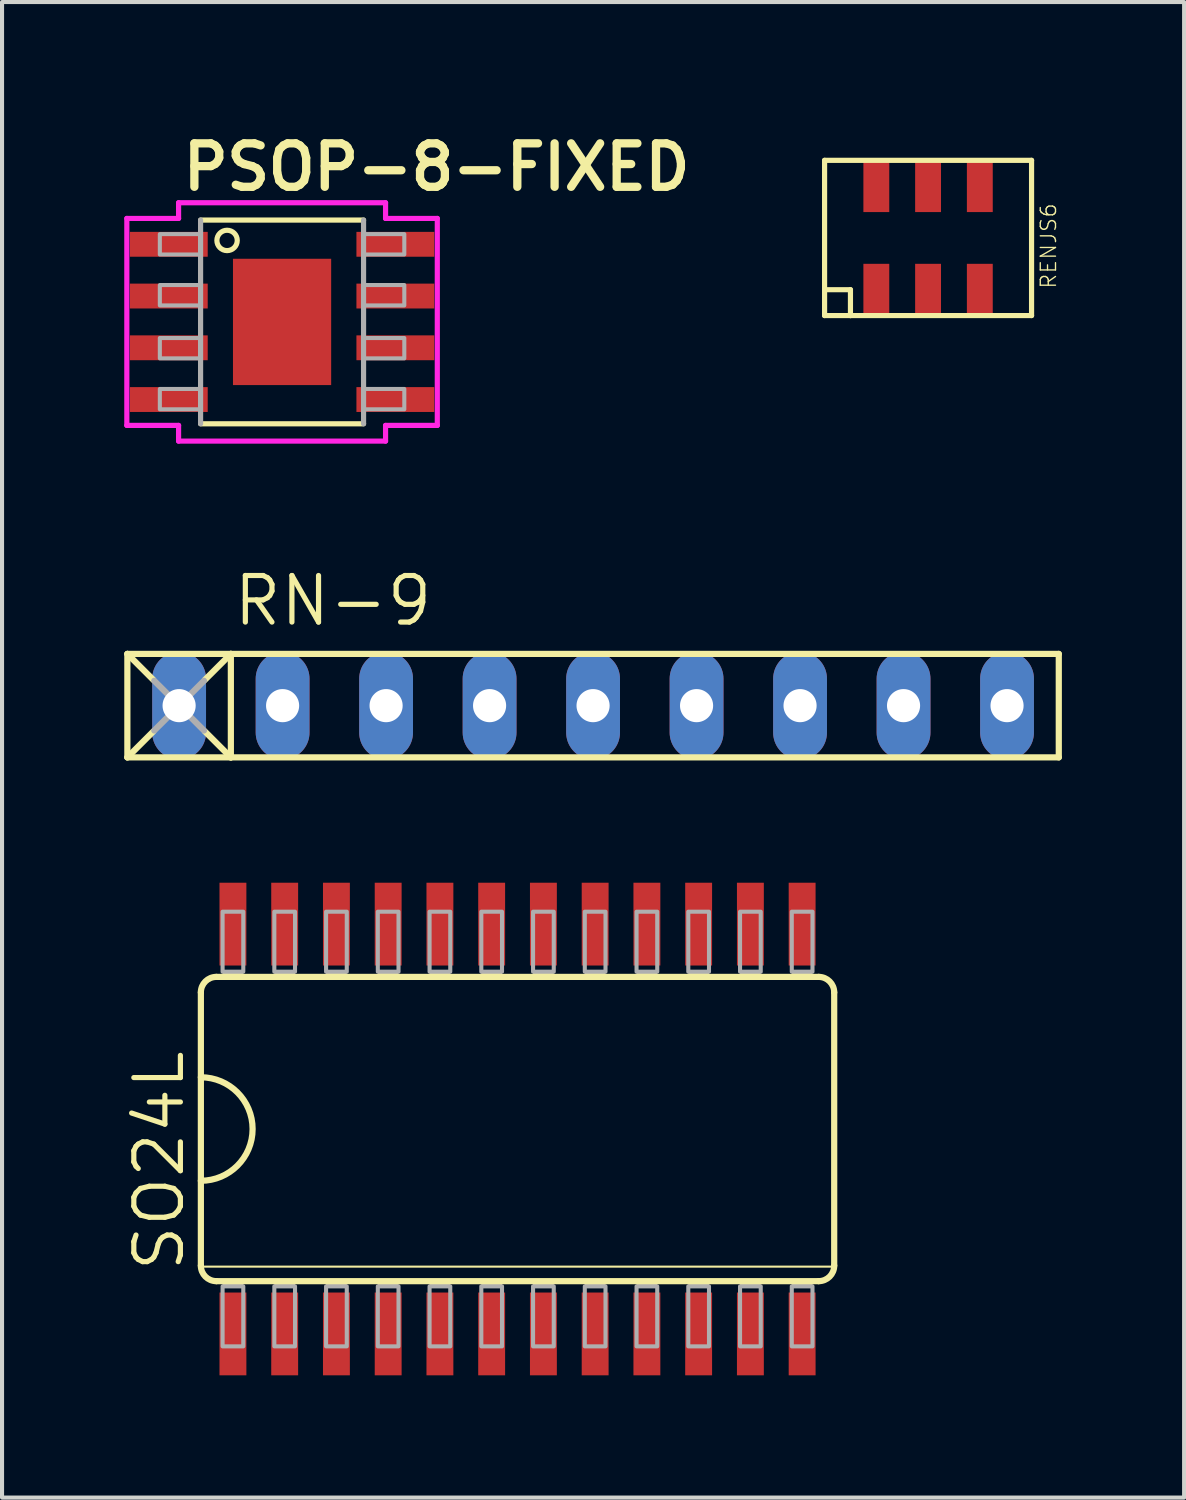
<source format=kicad_pcb>
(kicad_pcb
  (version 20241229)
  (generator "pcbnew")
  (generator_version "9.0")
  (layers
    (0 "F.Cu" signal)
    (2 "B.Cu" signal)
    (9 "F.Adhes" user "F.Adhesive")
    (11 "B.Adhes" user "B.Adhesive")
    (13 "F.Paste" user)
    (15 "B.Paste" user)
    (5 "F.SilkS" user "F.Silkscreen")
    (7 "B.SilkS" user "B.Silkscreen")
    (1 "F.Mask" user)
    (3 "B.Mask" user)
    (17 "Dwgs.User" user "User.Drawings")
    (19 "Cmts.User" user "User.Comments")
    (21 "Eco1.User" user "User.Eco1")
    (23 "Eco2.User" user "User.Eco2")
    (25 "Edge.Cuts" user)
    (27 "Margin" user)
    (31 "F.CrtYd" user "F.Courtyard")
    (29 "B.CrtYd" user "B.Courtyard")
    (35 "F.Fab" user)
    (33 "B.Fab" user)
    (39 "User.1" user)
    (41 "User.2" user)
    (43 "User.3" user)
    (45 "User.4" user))
  (footprint "SO24L"
    (layer "F.Cu")
    (at 6.477 24.66)
    (property "Reference" "SO24L" (at -4.953 3.556 90) (layer "F.SilkS") (effects (font (size 1.143 1.143) (thickness 0.127)) (justify left bottom)))
    (fp_line (start -4.597 -3.353) (end -4.597 3.353) (stroke (width 0.152) (type solid)) (layer "F.SilkS"))
    (fp_line (start -4.572 3.378) (end 10.922 3.378) (stroke (width 0.051) (type solid)) (layer "F.SilkS"))
    (fp_line (start -4.216 3.734) (end 10.566 3.734) (stroke (width 0.152) (type solid)) (layer "F.SilkS"))
    (fp_line (start 10.566 -3.734) (end -4.216 -3.734) (stroke (width 0.152) (type solid)) (layer "F.SilkS"))
    (fp_line (start 10.947 3.353) (end 10.947 -3.353) (stroke (width 0.152) (type solid)) (layer "F.SilkS"))
    (fp_arc (start -4.5974 -3.3528) (mid -4.485808 -3.622208) (end -4.2164 -3.7338) (stroke (width 0.1524) (type solid)) (layer "F.SilkS"))
    (fp_arc (start -4.5974 -1.27) (mid -3.3274 0) (end -4.5974 1.27) (stroke (width 0.1524) (type solid)) (layer "F.SilkS"))
    (fp_arc (start -4.2164 3.7338) (mid -4.485808 3.622208) (end -4.5974 3.3528) (stroke (width 0.1524) (type solid)) (layer "F.SilkS"))
    (fp_arc (start 10.5664 -3.7338) (mid 10.835808 -3.622208) (end 10.9474 -3.3528) (stroke (width 0.1524) (type solid)) (layer "F.SilkS"))
    (fp_arc (start 10.9474 3.3528) (mid 10.835808 3.622208) (end 10.5664 3.7338) (stroke (width 0.1524) (type solid)) (layer "F.SilkS"))
    (fp_poly (pts (xy -4.064 -3.734) (xy -3.556 -3.734) (xy -3.556 -3.861) (xy -4.064 -3.861)) (stroke (width 0) (type default)) (fill yes) (layer "F.SilkS"))
    (fp_poly (pts (xy -4.064 3.861) (xy -3.556 3.861) (xy -3.556 3.734) (xy -4.064 3.734)) (stroke (width 0) (type default)) (fill yes) (layer "F.SilkS"))
    (fp_poly (pts (xy -2.794 -3.734) (xy -2.286 -3.734) (xy -2.286 -3.861) (xy -2.794 -3.861)) (stroke (width 0) (type default)) (fill yes) (layer "F.SilkS"))
    (fp_poly (pts (xy -2.794 3.861) (xy -2.286 3.861) (xy -2.286 3.734) (xy -2.794 3.734)) (stroke (width 0) (type default)) (fill yes) (layer "F.SilkS"))
    (fp_poly (pts (xy -1.524 -3.734) (xy -1.016 -3.734) (xy -1.016 -3.861) (xy -1.524 -3.861)) (stroke (width 0) (type default)) (fill yes) (layer "F.SilkS"))
    (fp_poly (pts (xy -1.524 3.861) (xy -1.016 3.861) (xy -1.016 3.734) (xy -1.524 3.734)) (stroke (width 0) (type default)) (fill yes) (layer "F.SilkS"))
    (fp_poly (pts (xy -0.254 -3.734) (xy 0.254 -3.734) (xy 0.254 -3.861) (xy -0.254 -3.861)) (stroke (width 0) (type default)) (fill yes) (layer "F.SilkS"))
    (fp_poly (pts (xy -0.254 3.861) (xy 0.254 3.861) (xy 0.254 3.734) (xy -0.254 3.734)) (stroke (width 0) (type default)) (fill yes) (layer "F.SilkS"))
    (fp_poly (pts (xy 1.016 -3.734) (xy 1.524 -3.734) (xy 1.524 -3.861) (xy 1.016 -3.861)) (stroke (width 0) (type default)) (fill yes) (layer "F.SilkS"))
    (fp_poly (pts (xy 1.016 3.861) (xy 1.524 3.861) (xy 1.524 3.734) (xy 1.016 3.734)) (stroke (width 0) (type default)) (fill yes) (layer "F.SilkS"))
    (fp_poly (pts (xy 2.286 -3.734) (xy 2.794 -3.734) (xy 2.794 -3.861) (xy 2.286 -3.861)) (stroke (width 0) (type default)) (fill yes) (layer "F.SilkS"))
    (fp_poly (pts (xy 2.286 3.861) (xy 2.794 3.861) (xy 2.794 3.734) (xy 2.286 3.734)) (stroke (width 0) (type default)) (fill yes) (layer "F.SilkS"))
    (fp_poly (pts (xy 3.556 -3.734) (xy 4.064 -3.734) (xy 4.064 -3.861) (xy 3.556 -3.861)) (stroke (width 0) (type default)) (fill yes) (layer "F.SilkS"))
    (fp_poly (pts (xy 3.556 3.861) (xy 4.064 3.861) (xy 4.064 3.734) (xy 3.556 3.734)) (stroke (width 0) (type default)) (fill yes) (layer "F.SilkS"))
    (fp_poly (pts (xy 4.826 -3.734) (xy 5.334 -3.734) (xy 5.334 -3.861) (xy 4.826 -3.861)) (stroke (width 0) (type default)) (fill yes) (layer "F.SilkS"))
    (fp_poly (pts (xy 4.826 3.861) (xy 5.334 3.861) (xy 5.334 3.734) (xy 4.826 3.734)) (stroke (width 0) (type default)) (fill yes) (layer "F.SilkS"))
    (fp_poly (pts (xy 6.096 -3.734) (xy 6.604 -3.734) (xy 6.604 -3.861) (xy 6.096 -3.861)) (stroke (width 0) (type default)) (fill yes) (layer "F.SilkS"))
    (fp_poly (pts (xy 6.096 3.861) (xy 6.604 3.861) (xy 6.604 3.734) (xy 6.096 3.734)) (stroke (width 0) (type default)) (fill yes) (layer "F.SilkS"))
    (fp_poly (pts (xy 7.366 -3.734) (xy 7.874 -3.734) (xy 7.874 -3.861) (xy 7.366 -3.861)) (stroke (width 0) (type default)) (fill yes) (layer "F.SilkS"))
    (fp_poly (pts (xy 7.366 3.861) (xy 7.874 3.861) (xy 7.874 3.734) (xy 7.366 3.734)) (stroke (width 0) (type default)) (fill yes) (layer "F.SilkS"))
    (fp_poly (pts (xy 8.636 -3.734) (xy 9.144 -3.734) (xy 9.144 -3.861) (xy 8.636 -3.861)) (stroke (width 0) (type default)) (fill yes) (layer "F.SilkS"))
    (fp_poly (pts (xy 8.636 3.861) (xy 9.144 3.861) (xy 9.144 3.734) (xy 8.636 3.734)) (stroke (width 0) (type default)) (fill yes) (layer "F.SilkS"))
    (fp_poly (pts (xy 9.906 -3.734) (xy 10.414 -3.734) (xy 10.414 -3.861) (xy 9.906 -3.861)) (stroke (width 0) (type default)) (fill yes) (layer "F.SilkS"))
    (fp_poly (pts (xy 9.906 3.861) (xy 10.414 3.861) (xy 10.414 3.734) (xy 9.906 3.734)) (stroke (width 0) (type default)) (fill yes) (layer "F.SilkS"))
    (fp_poly (pts (xy -4.064 -3.861) (xy -3.556 -3.861) (xy -3.556 -5.334) (xy -4.064 -5.334)) (stroke (width 0.1) (type default)) (fill no) (layer "F.Fab"))
    (fp_poly (pts (xy -4.064 5.334) (xy -3.556 5.334) (xy -3.556 3.861) (xy -4.064 3.861)) (stroke (width 0.1) (type default)) (fill no) (layer "F.Fab"))
    (fp_poly (pts (xy -2.794 -3.861) (xy -2.286 -3.861) (xy -2.286 -5.334) (xy -2.794 -5.334)) (stroke (width 0.1) (type default)) (fill no) (layer "F.Fab"))
    (fp_poly (pts (xy -2.794 5.334) (xy -2.286 5.334) (xy -2.286 3.861) (xy -2.794 3.861)) (stroke (width 0.1) (type default)) (fill no) (layer "F.Fab"))
    (fp_poly (pts (xy -1.524 -3.861) (xy -1.016 -3.861) (xy -1.016 -5.334) (xy -1.524 -5.334)) (stroke (width 0.1) (type default)) (fill no) (layer "F.Fab"))
    (fp_poly (pts (xy -1.524 5.334) (xy -1.016 5.334) (xy -1.016 3.861) (xy -1.524 3.861)) (stroke (width 0.1) (type default)) (fill no) (layer "F.Fab"))
    (fp_poly (pts (xy -0.254 -3.861) (xy 0.254 -3.861) (xy 0.254 -5.334) (xy -0.254 -5.334)) (stroke (width 0.1) (type default)) (fill no) (layer "F.Fab"))
    (fp_poly (pts (xy -0.254 5.334) (xy 0.254 5.334) (xy 0.254 3.861) (xy -0.254 3.861)) (stroke (width 0.1) (type default)) (fill no) (layer "F.Fab"))
    (fp_poly (pts (xy 1.016 -3.861) (xy 1.524 -3.861) (xy 1.524 -5.334) (xy 1.016 -5.334)) (stroke (width 0.1) (type default)) (fill no) (layer "F.Fab"))
    (fp_poly (pts (xy 1.016 5.334) (xy 1.524 5.334) (xy 1.524 3.861) (xy 1.016 3.861)) (stroke (width 0.1) (type default)) (fill no) (layer "F.Fab"))
    (fp_poly (pts (xy 2.286 -3.861) (xy 2.794 -3.861) (xy 2.794 -5.334) (xy 2.286 -5.334)) (stroke (width 0.1) (type default)) (fill no) (layer "F.Fab"))
    (fp_poly (pts (xy 2.286 5.334) (xy 2.794 5.334) (xy 2.794 3.861) (xy 2.286 3.861)) (stroke (width 0.1) (type default)) (fill no) (layer "F.Fab"))
    (fp_poly (pts (xy 3.556 -3.861) (xy 4.064 -3.861) (xy 4.064 -5.334) (xy 3.556 -5.334)) (stroke (width 0.1) (type default)) (fill no) (layer "F.Fab"))
    (fp_poly (pts (xy 3.556 5.334) (xy 4.064 5.334) (xy 4.064 3.861) (xy 3.556 3.861)) (stroke (width 0.1) (type default)) (fill no) (layer "F.Fab"))
    (fp_poly (pts (xy 4.826 -3.861) (xy 5.334 -3.861) (xy 5.334 -5.334) (xy 4.826 -5.334)) (stroke (width 0.1) (type default)) (fill no) (layer "F.Fab"))
    (fp_poly (pts (xy 4.826 5.334) (xy 5.334 5.334) (xy 5.334 3.861) (xy 4.826 3.861)) (stroke (width 0.1) (type default)) (fill no) (layer "F.Fab"))
    (fp_poly (pts (xy 6.096 -3.861) (xy 6.604 -3.861) (xy 6.604 -5.334) (xy 6.096 -5.334)) (stroke (width 0.1) (type default)) (fill no) (layer "F.Fab"))
    (fp_poly (pts (xy 6.096 5.334) (xy 6.604 5.334) (xy 6.604 3.861) (xy 6.096 3.861)) (stroke (width 0.1) (type default)) (fill no) (layer "F.Fab"))
    (fp_poly (pts (xy 7.366 -3.861) (xy 7.874 -3.861) (xy 7.874 -5.334) (xy 7.366 -5.334)) (stroke (width 0.1) (type default)) (fill no) (layer "F.Fab"))
    (fp_poly (pts (xy 7.366 5.334) (xy 7.874 5.334) (xy 7.874 3.861) (xy 7.366 3.861)) (stroke (width 0.1) (type default)) (fill no) (layer "F.Fab"))
    (fp_poly (pts (xy 8.636 -3.861) (xy 9.144 -3.861) (xy 9.144 -5.334) (xy 8.636 -5.334)) (stroke (width 0.1) (type default)) (fill no) (layer "F.Fab"))
    (fp_poly (pts (xy 8.636 5.334) (xy 9.144 5.334) (xy 9.144 3.861) (xy 8.636 3.861)) (stroke (width 0.1) (type default)) (fill no) (layer "F.Fab"))
    (fp_poly (pts (xy 9.906 -3.861) (xy 10.414 -3.861) (xy 10.414 -5.334) (xy 9.906 -5.334)) (stroke (width 0.1) (type default)) (fill no) (layer "F.Fab"))
    (fp_poly (pts (xy 9.906 5.334) (xy 10.414 5.334) (xy 10.414 3.861) (xy 9.906 3.861)) (stroke (width 0.1) (type default)) (fill no) (layer "F.Fab"))
    (pad "1" smd rect (at -3.81 5.029) (size 0.66 2.032) (layers "F.Cu" "F.Mask" "F.Paste"))
    (pad "2" smd rect (at -2.54 5.029) (size 0.66 2.032) (layers "F.Cu" "F.Mask" "F.Paste"))
    (pad "3" smd rect (at -1.27 5.029) (size 0.66 2.032) (layers "F.Cu" "F.Mask" "F.Paste"))
    (pad "4" smd rect (at 0 5.029) (size 0.66 2.032) (layers "F.Cu" "F.Mask" "F.Paste"))
    (pad "5" smd rect (at 1.27 5.029) (size 0.66 2.032) (layers "F.Cu" "F.Mask" "F.Paste"))
    (pad "6" smd rect (at 2.54 5.029) (size 0.66 2.032) (layers "F.Cu" "F.Mask" "F.Paste"))
    (pad "7" smd rect (at 3.81 5.029) (size 0.66 2.032) (layers "F.Cu" "F.Mask" "F.Paste"))
    (pad "8" smd rect (at 5.08 5.029) (size 0.66 2.032) (layers "F.Cu" "F.Mask" "F.Paste"))
    (pad "9" smd rect (at 6.35 5.029) (size 0.66 2.032) (layers "F.Cu" "F.Mask" "F.Paste"))
    (pad "10" smd rect (at 7.62 5.029) (size 0.66 2.032) (layers "F.Cu" "F.Mask" "F.Paste"))
    (pad "11" smd rect (at 8.89 5.029) (size 0.66 2.032) (layers "F.Cu" "F.Mask" "F.Paste"))
    (pad "12" smd rect (at 10.16 5.029) (size 0.66 2.032) (layers "F.Cu" "F.Mask" "F.Paste"))
    (pad "13" smd rect (at 10.16 -5.029) (size 0.66 2.032) (layers "F.Cu" "F.Mask" "F.Paste"))
    (pad "14" smd rect (at 8.89 -5.029) (size 0.66 2.032) (layers "F.Cu" "F.Mask" "F.Paste"))
    (pad "15" smd rect (at 7.62 -5.029) (size 0.66 2.032) (layers "F.Cu" "F.Mask" "F.Paste"))
    (pad "16" smd rect (at 6.35 -5.029) (size 0.66 2.032) (layers "F.Cu" "F.Mask" "F.Paste"))
    (pad "17" smd rect (at 5.08 -5.029) (size 0.66 2.032) (layers "F.Cu" "F.Mask" "F.Paste"))
    (pad "18" smd rect (at 3.81 -5.029) (size 0.66 2.032) (layers "F.Cu" "F.Mask" "F.Paste"))
    (pad "19" smd rect (at 2.54 -5.029) (size 0.66 2.032) (layers "F.Cu" "F.Mask" "F.Paste"))
    (pad "20" smd rect (at 1.27 -5.029) (size 0.66 2.032) (layers "F.Cu" "F.Mask" "F.Paste"))
    (pad "21" smd rect (at 0 -5.029) (size 0.66 2.032) (layers "F.Cu" "F.Mask" "F.Paste"))
    (pad "22" smd rect (at -1.27 -5.029) (size 0.66 2.032) (layers "F.Cu" "F.Mask" "F.Paste"))
    (pad "23" smd rect (at -2.54 -5.029) (size 0.66 2.032) (layers "F.Cu" "F.Mask" "F.Paste"))
    (pad "24" smd rect (at -3.81 -5.029) (size 0.66 2.032) (layers "F.Cu" "F.Mask" "F.Paste")))
  (footprint "PSOP-8-FIXED"
    (layer "F.Cu")
    (at 3.873 4.851)
    (property "Reference" "PSOP-8-FIXED" (at -2.54 -3.175 0) (layer "F.SilkS") (effects (font (size 1.067 1.067) (thickness 0.203)) (justify left bottom)))
    (fp_line (start -2 -2.5) (end 2 -2.5) (stroke (width 0.127) (type solid)) (layer "F.SilkS"))
    (fp_line (start 2 2.5) (end -2 2.5) (stroke (width 0.127) (type solid)) (layer "F.SilkS"))
    (fp_circle (center -1.35 -2) (end -1.1 -2) (stroke (width 0.127) (type solid)) (fill no) (layer "F.SilkS"))
    (fp_line (start -3.81 -2.54) (end -2.54 -2.54) (stroke (width 0.127) (type solid)) (layer "F.CrtYd"))
    (fp_line (start -3.81 2.54) (end -3.81 -2.54) (stroke (width 0.127) (type solid)) (layer "F.CrtYd"))
    (fp_line (start -2.54 -2.925) (end 2.54 -2.925) (stroke (width 0.127) (type solid)) (layer "F.CrtYd"))
    (fp_line (start -2.54 -2.54) (end -2.54 -2.925) (stroke (width 0.127) (type solid)) (layer "F.CrtYd"))
    (fp_line (start -2.54 2.54) (end -3.81 2.54) (stroke (width 0.127) (type solid)) (layer "F.CrtYd"))
    (fp_line (start -2.54 2.925) (end -2.54 2.54) (stroke (width 0.127) (type solid)) (layer "F.CrtYd"))
    (fp_line (start 2.54 -2.925) (end 2.54 -2.54) (stroke (width 0.127) (type solid)) (layer "F.CrtYd"))
    (fp_line (start 2.54 -2.54) (end 3.81 -2.54) (stroke (width 0.127) (type solid)) (layer "F.CrtYd"))
    (fp_line (start 2.54 2.54) (end 2.54 2.925) (stroke (width 0.127) (type solid)) (layer "F.CrtYd"))
    (fp_line (start 2.54 2.925) (end -2.54 2.925) (stroke (width 0.127) (type solid)) (layer "F.CrtYd"))
    (fp_line (start 3.81 -2.54) (end 3.81 2.54) (stroke (width 0.127) (type solid)) (layer "F.CrtYd"))
    (fp_line (start 3.81 2.54) (end 2.54 2.54) (stroke (width 0.127) (type solid)) (layer "F.CrtYd"))
    (fp_line (start -2 2.5) (end -2 -2.5) (stroke (width 0.127) (type solid)) (layer "F.Fab"))
    (fp_line (start 2 -2.5) (end 2 2.5) (stroke (width 0.127) (type solid)) (layer "F.Fab"))
    (fp_poly (pts (xy -3 -1.655) (xy -2 -1.655) (xy -2 -2.155) (xy -3 -2.155)) (stroke (width 0.1) (type default)) (fill no) (layer "F.Fab"))
    (fp_poly (pts (xy -3 -0.405) (xy -2 -0.405) (xy -2 -0.905) (xy -3 -0.905)) (stroke (width 0.1) (type default)) (fill no) (layer "F.Fab"))
    (fp_poly (pts (xy -3 0.895) (xy -2 0.895) (xy -2 0.395) (xy -3 0.395)) (stroke (width 0.1) (type default)) (fill no) (layer "F.Fab"))
    (fp_poly (pts (xy -3 2.145) (xy -2 2.145) (xy -2 1.645) (xy -3 1.645)) (stroke (width 0.1) (type default)) (fill no) (layer "F.Fab"))
    (fp_poly (pts (xy 2 -1.655) (xy 3 -1.655) (xy 3 -2.155) (xy 2 -2.155)) (stroke (width 0.1) (type default)) (fill no) (layer "F.Fab"))
    (fp_poly (pts (xy 2 -0.405) (xy 3 -0.405) (xy 3 -0.905) (xy 2 -0.905)) (stroke (width 0.1) (type default)) (fill no) (layer "F.Fab"))
    (fp_poly (pts (xy 2 0.895) (xy 3 0.895) (xy 3 0.395) (xy 2 0.395)) (stroke (width 0.1) (type default)) (fill no) (layer "F.Fab"))
    (fp_poly (pts (xy 2 2.145) (xy 3 2.145) (xy 3 1.645) (xy 2 1.645)) (stroke (width 0.1) (type default)) (fill no) (layer "F.Fab"))
    (pad "1" smd rect (at -2.78 -1.905 90) (size 0.61 1.91) (layers "F.Cu" "F.Mask" "F.Paste"))
    (pad "2" smd rect (at -2.78 -0.635 90) (size 0.61 1.91) (layers "F.Cu" "F.Mask" "F.Paste"))
    (pad "3" smd rect (at -2.78 0.635 90) (size 0.61 1.91) (layers "F.Cu" "F.Mask" "F.Paste"))
    (pad "4" smd rect (at -2.78 1.905 90) (size 0.61 1.91) (layers "F.Cu" "F.Mask" "F.Paste"))
    (pad "5" smd rect (at 2.78 1.905 90) (size 0.61 1.91) (layers "F.Cu" "F.Mask" "F.Paste"))
    (pad "6" smd rect (at 2.78 0.635 90) (size 0.61 1.91) (layers "F.Cu" "F.Mask" "F.Paste"))
    (pad "7" smd rect (at 2.78 -0.635 90) (size 0.61 1.91) (layers "F.Cu" "F.Mask" "F.Paste"))
    (pad "8" smd rect (at 2.78 -1.905 90) (size 0.61 1.91) (layers "F.Cu" "F.Mask" "F.Paste"))
    (pad "PAD" smd rect (at 0 0) (size 2.41 3.1) (layers "F.Cu" "F.Mask" "F.Paste")))
  (footprint "RENJS6"
    (layer "F.Cu")
    (at 22.268 0.25)
    (property "Reference" "RENJS6" (at 0.635 3.81 90) (layer "F.SilkS") (effects (font (size 0.374 0.374) (thickness 0.033)) (justify left bottom)))
    (fp_line (start -5.08 0.635) (end 0 0.635) (stroke (width 0.127) (type solid)) (layer "F.SilkS"))
    (fp_line (start -5.08 3.81) (end -5.08 0.635) (stroke (width 0.127) (type solid)) (layer "F.SilkS"))
    (fp_line (start -5.08 3.81) (end -4.445 3.81) (stroke (width 0.127) (type solid)) (layer "F.SilkS"))
    (fp_line (start -5.08 4.445) (end -5.08 3.81) (stroke (width 0.127) (type solid)) (layer "F.SilkS"))
    (fp_line (start -4.445 3.81) (end -4.445 4.445) (stroke (width 0.127) (type solid)) (layer "F.SilkS"))
    (fp_line (start -4.445 4.445) (end -5.08 4.445) (stroke (width 0.127) (type solid)) (layer "F.SilkS"))
    (fp_line (start 0 0.635) (end 0 4.445) (stroke (width 0.127) (type solid)) (layer "F.SilkS"))
    (fp_line (start 0 4.445) (end -4.445 4.445) (stroke (width 0.127) (type solid)) (layer "F.SilkS"))
    (pad "1" smd rect (at -3.81 3.81 90) (size 1.27 0.635) (layers "F.Cu" "F.Mask" "F.Paste"))
    (pad "2" smd rect (at -2.54 3.81 90) (size 1.27 0.635) (layers "F.Cu" "F.Mask" "F.Paste"))
    (pad "3" smd rect (at -1.27 3.81 90) (size 1.27 0.635) (layers "F.Cu" "F.Mask" "F.Paste"))
    (pad "4" smd rect (at -1.27 1.27 90) (size 1.27 0.635) (layers "F.Cu" "F.Mask" "F.Paste"))
    (pad "5" smd rect (at -2.54 1.27 270) (size 1.27 0.635) (layers "F.Cu" "F.Mask" "F.Paste"))
    (pad "6" smd rect (at -3.81 1.27 90) (size 1.27 0.635) (layers "F.Cu" "F.Mask" "F.Paste")))
  (footprint "RN-9"
    (layer "F.Cu")
    (at 11.506 14.269)
    (property "Reference" "RN-9" (at -8.89 -1.905 0) (layer "F.SilkS") (effects (font (size 1.143 1.143) (thickness 0.127)) (justify left bottom)))
    (fp_line (start -11.43 -1.27) (end -11.43 1.27) (stroke (width 0.152) (type solid)) (layer "F.SilkS"))
    (fp_line (start -11.43 -1.27) (end -10.795 -0.635) (stroke (width 0.152) (type solid)) (layer "F.SilkS"))
    (fp_line (start -11.43 1.27) (end -10.795 0.635) (stroke (width 0.152) (type solid)) (layer "F.SilkS"))
    (fp_line (start -11.43 1.27) (end -8.89 1.27) (stroke (width 0.152) (type solid)) (layer "F.SilkS"))
    (fp_line (start -8.89 -1.27) (end -11.43 -1.27) (stroke (width 0.152) (type solid)) (layer "F.SilkS"))
    (fp_line (start -8.89 -1.27) (end -9.525 -0.635) (stroke (width 0.152) (type solid)) (layer "F.SilkS"))
    (fp_line (start -8.89 -1.27) (end -8.89 1.27) (stroke (width 0.152) (type solid)) (layer "F.SilkS"))
    (fp_line (start -8.89 1.27) (end -9.525 0.635) (stroke (width 0.152) (type solid)) (layer "F.SilkS"))
    (fp_line (start -8.89 1.27) (end 11.43 1.27) (stroke (width 0.152) (type solid)) (layer "F.SilkS"))
    (fp_line (start 11.43 -1.27) (end -8.89 -1.27) (stroke (width 0.152) (type solid)) (layer "F.SilkS"))
    (fp_line (start 11.43 1.27) (end 11.43 -1.27) (stroke (width 0.152) (type solid)) (layer "F.SilkS"))
    (fp_line (start -10.77 -0.61) (end -9.55 0.61) (stroke (width 0.152) (type solid)) (layer "F.Fab"))
    (fp_line (start -10.77 0.61) (end -9.55 -0.61) (stroke (width 0.152) (type solid)) (layer "F.Fab"))
    (pad "1" thru_hole oval (at -10.16 0 90) (size 2.642 1.321) (drill 0.813) (layers "*.Cu" "*.Mask"))
    (pad "2" thru_hole oval (at -7.62 0 90) (size 2.642 1.321) (drill 0.813) (layers "*.Cu" "*.Mask"))
    (pad "3" thru_hole oval (at -5.08 0 90) (size 2.642 1.321) (drill 0.813) (layers "*.Cu" "*.Mask"))
    (pad "4" thru_hole oval (at -2.54 0 90) (size 2.642 1.321) (drill 0.813) (layers "*.Cu" "*.Mask"))
    (pad "5" thru_hole oval (at 0 0 90) (size 2.642 1.321) (drill 0.813) (layers "*.Cu" "*.Mask"))
    (pad "6" thru_hole oval (at 2.54 0 90) (size 2.642 1.321) (drill 0.813) (layers "*.Cu" "*.Mask"))
    (pad "7" thru_hole oval (at 5.08 0 90) (size 2.642 1.321) (drill 0.813) (layers "*.Cu" "*.Mask"))
    (pad "8" thru_hole oval (at 7.62 0 90) (size 2.642 1.321) (drill 0.813) (layers "*.Cu" "*.Mask"))
    (pad "9" thru_hole oval (at 10.16 0 90) (size 2.642 1.321) (drill 0.813) (layers "*.Cu" "*.Mask")))
  (gr_rect
    (start -3 -3)
    (end 26.012 33.706)
    (stroke (width 0.1) (type default))
    (fill no)
    (layer "Edge.Cuts")))
</source>
